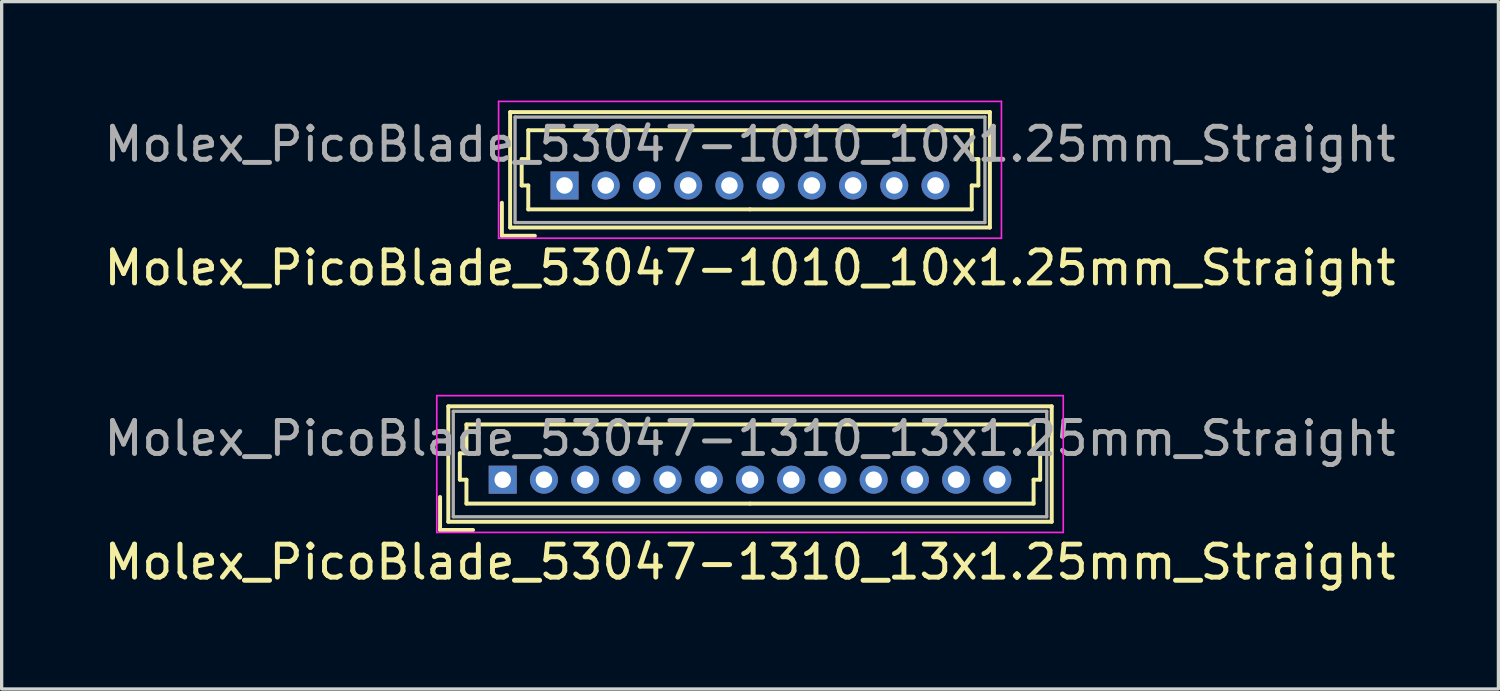
<source format=kicad_pcb>
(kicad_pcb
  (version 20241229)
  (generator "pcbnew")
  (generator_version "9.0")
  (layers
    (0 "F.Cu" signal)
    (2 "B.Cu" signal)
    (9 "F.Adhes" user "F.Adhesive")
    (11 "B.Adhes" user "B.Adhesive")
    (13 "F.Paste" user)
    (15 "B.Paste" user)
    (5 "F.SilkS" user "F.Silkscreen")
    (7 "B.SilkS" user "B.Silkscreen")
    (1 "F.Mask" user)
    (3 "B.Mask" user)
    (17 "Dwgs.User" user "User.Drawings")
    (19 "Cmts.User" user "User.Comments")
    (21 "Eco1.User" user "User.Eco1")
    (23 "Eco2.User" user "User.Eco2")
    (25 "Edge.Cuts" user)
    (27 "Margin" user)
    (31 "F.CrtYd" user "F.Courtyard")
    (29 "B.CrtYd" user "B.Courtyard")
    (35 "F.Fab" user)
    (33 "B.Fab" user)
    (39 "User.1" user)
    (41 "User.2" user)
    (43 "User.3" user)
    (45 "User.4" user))
  (footprint "Molex_PicoBlade_53047-1310_13x1.25mm_Straight"
    (layer "F.Cu")
    (at 12.196 11.498)
    (property "Reference" "Molex_PicoBlade_53047-1310_13x1.25mm_Straight" (at 7.5 2.5 0) (layer "F.SilkS") (effects (font (size 1 1) (thickness 0.15))))
    (attr through_hole)
    (fp_line (start -1.9 1.525) (end -1.9 0.525) (stroke (width 0.12) (type solid)) (layer "F.SilkS"))
    (fp_line (start -1.9 1.525) (end -0.9 1.525) (stroke (width 0.12) (type solid)) (layer "F.SilkS"))
    (fp_line (start -1.65 -2.225) (end -1.65 1.275) (stroke (width 0.12) (type solid)) (layer "F.SilkS"))
    (fp_line (start -1.65 1.275) (end 16.65 1.275) (stroke (width 0.12) (type solid)) (layer "F.SilkS"))
    (fp_line (start -1.3 -0.8) (end -1.1 -0.8) (stroke (width 0.12) (type solid)) (layer "F.SilkS"))
    (fp_line (start -1.3 0) (end -1.3 -0.8) (stroke (width 0.12) (type solid)) (layer "F.SilkS"))
    (fp_line (start -1.1 -1.675) (end 7.5 -1.675) (stroke (width 0.12) (type solid)) (layer "F.SilkS"))
    (fp_line (start -1.1 -0.8) (end -1.1 -1.675) (stroke (width 0.12) (type solid)) (layer "F.SilkS"))
    (fp_line (start -1.1 0) (end -1.3 0) (stroke (width 0.12) (type solid)) (layer "F.SilkS"))
    (fp_line (start -1.1 0.725) (end -1.1 0) (stroke (width 0.12) (type solid)) (layer "F.SilkS"))
    (fp_line (start 7.5 0.725) (end -1.1 0.725) (stroke (width 0.12) (type solid)) (layer "F.SilkS"))
    (fp_line (start 7.5 0.725) (end 16.1 0.725) (stroke (width 0.12) (type solid)) (layer "F.SilkS"))
    (fp_line (start 16.1 -1.675) (end 7.5 -1.675) (stroke (width 0.12) (type solid)) (layer "F.SilkS"))
    (fp_line (start 16.1 -0.8) (end 16.1 -1.675) (stroke (width 0.12) (type solid)) (layer "F.SilkS"))
    (fp_line (start 16.1 0) (end 16.3 0) (stroke (width 0.12) (type solid)) (layer "F.SilkS"))
    (fp_line (start 16.1 0.725) (end 16.1 0) (stroke (width 0.12) (type solid)) (layer "F.SilkS"))
    (fp_line (start 16.3 -0.8) (end 16.1 -0.8) (stroke (width 0.12) (type solid)) (layer "F.SilkS"))
    (fp_line (start 16.3 0) (end 16.3 -0.8) (stroke (width 0.12) (type solid)) (layer "F.SilkS"))
    (fp_line (start 16.65 -2.225) (end -1.65 -2.225) (stroke (width 0.12) (type solid)) (layer "F.SilkS"))
    (fp_line (start 16.65 1.275) (end 16.65 -2.225) (stroke (width 0.12) (type solid)) (layer "F.SilkS"))
    (fp_line (start -2 -2.55) (end -2 1.6) (stroke (width 0.05) (type solid)) (layer "F.CrtYd"))
    (fp_line (start -2 1.6) (end 17 1.6) (stroke (width 0.05) (type solid)) (layer "F.CrtYd"))
    (fp_line (start 17 -2.55) (end -2 -2.55) (stroke (width 0.05) (type solid)) (layer "F.CrtYd"))
    (fp_line (start 17 1.6) (end 17 -2.55) (stroke (width 0.05) (type solid)) (layer "F.CrtYd"))
    (fp_line (start -1.5 -2.075) (end -1.5 1.125) (stroke (width 0.1) (type solid)) (layer "F.Fab"))
    (fp_line (start -1.5 1.125) (end 16.5 1.125) (stroke (width 0.1) (type solid)) (layer "F.Fab"))
    (fp_line (start 16.5 -2.075) (end -1.5 -2.075) (stroke (width 0.1) (type solid)) (layer "F.Fab"))
    (fp_line (start 16.5 1.125) (end 16.5 -2.075) (stroke (width 0.1) (type solid)) (layer "F.Fab"))
    (fp_text user "${REFERENCE}" (at 7.5 -1.25 0) (layer "F.Fab") (effects (font (size 1 1) (thickness 0.15))))
    (pad "1" thru_hole rect (at 0 0) (size 0.85 0.85) (drill 0.5) (layers "*.Cu" "*.Mask"))
    (pad "2" thru_hole circle (at 1.25 0) (size 0.85 0.85) (drill 0.5) (layers "*.Cu" "*.Mask"))
    (pad "3" thru_hole circle (at 2.5 0) (size 0.85 0.85) (drill 0.5) (layers "*.Cu" "*.Mask"))
    (pad "4" thru_hole circle (at 3.75 0) (size 0.85 0.85) (drill 0.5) (layers "*.Cu" "*.Mask"))
    (pad "5" thru_hole circle (at 5 0) (size 0.85 0.85) (drill 0.5) (layers "*.Cu" "*.Mask"))
    (pad "6" thru_hole circle (at 6.25 0) (size 0.85 0.85) (drill 0.5) (layers "*.Cu" "*.Mask"))
    (pad "7" thru_hole circle (at 7.5 0) (size 0.85 0.85) (drill 0.5) (layers "*.Cu" "*.Mask"))
    (pad "8" thru_hole circle (at 8.75 0) (size 0.85 0.85) (drill 0.5) (layers "*.Cu" "*.Mask"))
    (pad "9" thru_hole circle (at 10 0) (size 0.85 0.85) (drill 0.5) (layers "*.Cu" "*.Mask"))
    (pad "10" thru_hole circle (at 11.25 0) (size 0.85 0.85) (drill 0.5) (layers "*.Cu" "*.Mask"))
    (pad "11" thru_hole circle (at 12.5 0) (size 0.85 0.85) (drill 0.5) (layers "*.Cu" "*.Mask"))
    (pad "12" thru_hole circle (at 13.75 0) (size 0.85 0.85) (drill 0.5) (layers "*.Cu" "*.Mask"))
    (pad "13" thru_hole circle (at 15 0) (size 0.85 0.85) (drill 0.5) (layers "*.Cu" "*.Mask")))
  (footprint "Molex_PicoBlade_53047-1010_10x1.25mm_Straight"
    (layer "F.Cu")
    (at 14.071 2.575)
    (property "Reference" "Molex_PicoBlade_53047-1010_10x1.25mm_Straight" (at 5.625 2.5 0) (layer "F.SilkS") (effects (font (size 1 1) (thickness 0.15))))
    (attr through_hole)
    (fp_line (start -1.9 1.525) (end -1.9 0.525) (stroke (width 0.12) (type solid)) (layer "F.SilkS"))
    (fp_line (start -1.9 1.525) (end -0.9 1.525) (stroke (width 0.12) (type solid)) (layer "F.SilkS"))
    (fp_line (start -1.65 -2.225) (end -1.65 1.275) (stroke (width 0.12) (type solid)) (layer "F.SilkS"))
    (fp_line (start -1.65 1.275) (end 12.9 1.275) (stroke (width 0.12) (type solid)) (layer "F.SilkS"))
    (fp_line (start -1.3 -0.8) (end -1.1 -0.8) (stroke (width 0.12) (type solid)) (layer "F.SilkS"))
    (fp_line (start -1.3 0) (end -1.3 -0.8) (stroke (width 0.12) (type solid)) (layer "F.SilkS"))
    (fp_line (start -1.1 -1.675) (end 5.625 -1.675) (stroke (width 0.12) (type solid)) (layer "F.SilkS"))
    (fp_line (start -1.1 -0.8) (end -1.1 -1.675) (stroke (width 0.12) (type solid)) (layer "F.SilkS"))
    (fp_line (start -1.1 0) (end -1.3 0) (stroke (width 0.12) (type solid)) (layer "F.SilkS"))
    (fp_line (start -1.1 0.725) (end -1.1 0) (stroke (width 0.12) (type solid)) (layer "F.SilkS"))
    (fp_line (start 5.625 0.725) (end -1.1 0.725) (stroke (width 0.12) (type solid)) (layer "F.SilkS"))
    (fp_line (start 5.625 0.725) (end 12.35 0.725) (stroke (width 0.12) (type solid)) (layer "F.SilkS"))
    (fp_line (start 12.35 -1.675) (end 5.625 -1.675) (stroke (width 0.12) (type solid)) (layer "F.SilkS"))
    (fp_line (start 12.35 -0.8) (end 12.35 -1.675) (stroke (width 0.12) (type solid)) (layer "F.SilkS"))
    (fp_line (start 12.35 0) (end 12.55 0) (stroke (width 0.12) (type solid)) (layer "F.SilkS"))
    (fp_line (start 12.35 0.725) (end 12.35 0) (stroke (width 0.12) (type solid)) (layer "F.SilkS"))
    (fp_line (start 12.55 -0.8) (end 12.35 -0.8) (stroke (width 0.12) (type solid)) (layer "F.SilkS"))
    (fp_line (start 12.55 0) (end 12.55 -0.8) (stroke (width 0.12) (type solid)) (layer "F.SilkS"))
    (fp_line (start 12.9 -2.225) (end -1.65 -2.225) (stroke (width 0.12) (type solid)) (layer "F.SilkS"))
    (fp_line (start 12.9 1.275) (end 12.9 -2.225) (stroke (width 0.12) (type solid)) (layer "F.SilkS"))
    (fp_line (start -2 -2.55) (end -2 1.6) (stroke (width 0.05) (type solid)) (layer "F.CrtYd"))
    (fp_line (start -2 1.6) (end 13.25 1.6) (stroke (width 0.05) (type solid)) (layer "F.CrtYd"))
    (fp_line (start 13.25 -2.55) (end -2 -2.55) (stroke (width 0.05) (type solid)) (layer "F.CrtYd"))
    (fp_line (start 13.25 1.6) (end 13.25 -2.55) (stroke (width 0.05) (type solid)) (layer "F.CrtYd"))
    (fp_line (start -1.5 -2.075) (end -1.5 1.125) (stroke (width 0.1) (type solid)) (layer "F.Fab"))
    (fp_line (start -1.5 1.125) (end 12.75 1.125) (stroke (width 0.1) (type solid)) (layer "F.Fab"))
    (fp_line (start 12.75 -2.075) (end -1.5 -2.075) (stroke (width 0.1) (type solid)) (layer "F.Fab"))
    (fp_line (start 12.75 1.125) (end 12.75 -2.075) (stroke (width 0.1) (type solid)) (layer "F.Fab"))
    (fp_text user "${REFERENCE}" (at 5.625 -1.25 0) (layer "F.Fab") (effects (font (size 1 1) (thickness 0.15))))
    (pad "1" thru_hole rect (at 0 0) (size 0.85 0.85) (drill 0.5) (layers "*.Cu" "*.Mask"))
    (pad "2" thru_hole circle (at 1.25 0) (size 0.85 0.85) (drill 0.5) (layers "*.Cu" "*.Mask"))
    (pad "3" thru_hole circle (at 2.5 0) (size 0.85 0.85) (drill 0.5) (layers "*.Cu" "*.Mask"))
    (pad "4" thru_hole circle (at 3.75 0) (size 0.85 0.85) (drill 0.5) (layers "*.Cu" "*.Mask"))
    (pad "5" thru_hole circle (at 5 0) (size 0.85 0.85) (drill 0.5) (layers "*.Cu" "*.Mask"))
    (pad "6" thru_hole circle (at 6.25 0) (size 0.85 0.85) (drill 0.5) (layers "*.Cu" "*.Mask"))
    (pad "7" thru_hole circle (at 7.5 0) (size 0.85 0.85) (drill 0.5) (layers "*.Cu" "*.Mask"))
    (pad "8" thru_hole circle (at 8.75 0) (size 0.85 0.85) (drill 0.5) (layers "*.Cu" "*.Mask"))
    (pad "9" thru_hole circle (at 10 0) (size 0.85 0.85) (drill 0.5) (layers "*.Cu" "*.Mask"))
    (pad "10" thru_hole circle (at 11.25 0) (size 0.85 0.85) (drill 0.5) (layers "*.Cu" "*.Mask")))
  (gr_rect
    (start -3 -3)
    (end 42.393 17.846)
    (stroke (width 0.1) (type default))
    (fill no)
    (layer "Edge.Cuts")))
</source>
